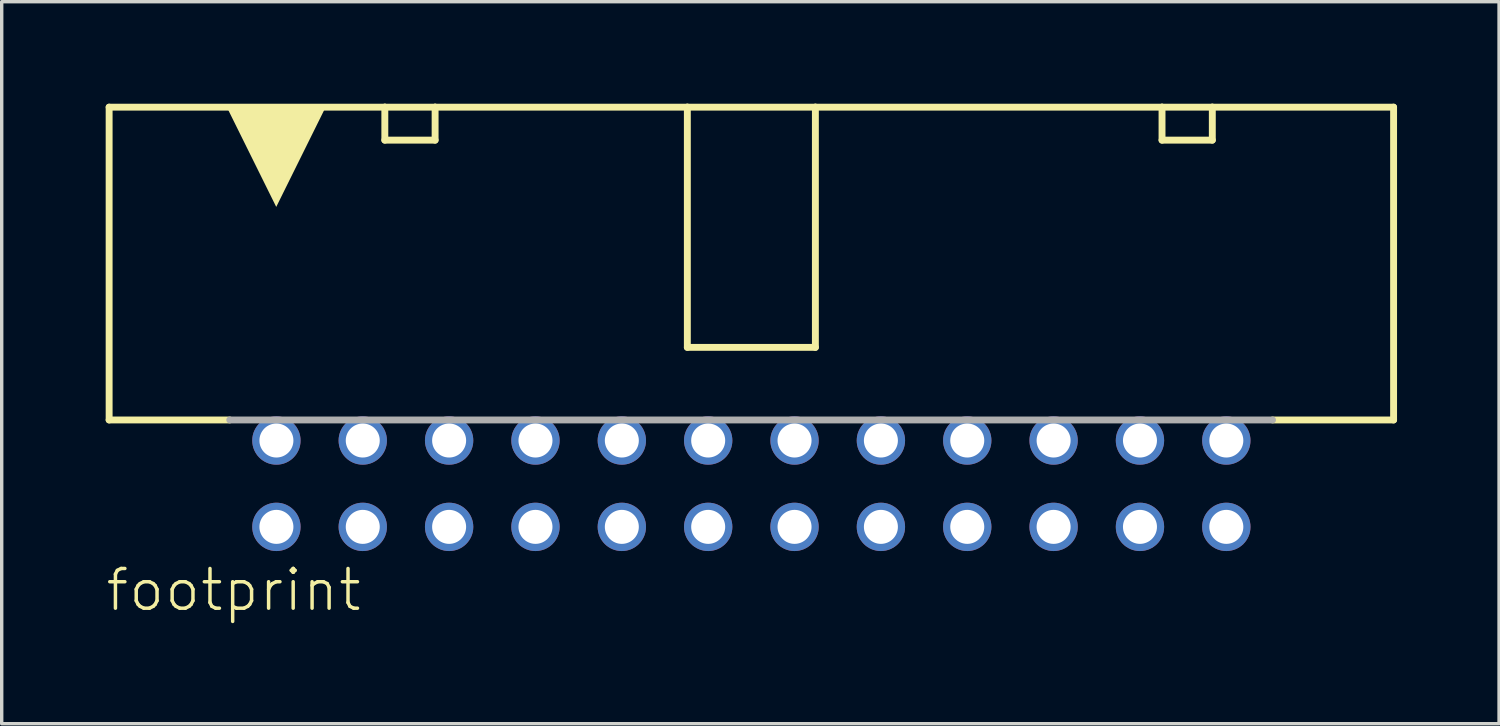
<source format=kicad_pcb>
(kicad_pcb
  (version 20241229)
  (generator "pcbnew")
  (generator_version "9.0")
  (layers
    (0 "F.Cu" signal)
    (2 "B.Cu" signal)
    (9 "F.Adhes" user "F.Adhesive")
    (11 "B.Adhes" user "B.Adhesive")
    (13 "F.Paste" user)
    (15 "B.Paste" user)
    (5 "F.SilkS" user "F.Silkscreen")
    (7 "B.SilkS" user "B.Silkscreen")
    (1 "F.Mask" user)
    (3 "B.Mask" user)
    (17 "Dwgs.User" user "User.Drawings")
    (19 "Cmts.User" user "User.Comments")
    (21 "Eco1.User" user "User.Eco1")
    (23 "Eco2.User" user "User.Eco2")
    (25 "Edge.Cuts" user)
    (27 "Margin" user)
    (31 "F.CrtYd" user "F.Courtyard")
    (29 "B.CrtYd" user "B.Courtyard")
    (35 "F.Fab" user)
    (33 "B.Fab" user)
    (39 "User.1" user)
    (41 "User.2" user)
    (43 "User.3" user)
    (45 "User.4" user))
  (footprint "footprint"
    (layer "F.Cu")
    (at 19.05 11.177)
    (property "Reference" "footprint" (at -19.05 3.81 0) (layer "F.SilkS") (effects (font (size 1.168 1.168) (thickness 0.102)) (justify left bottom)))
    (fp_line (start -18.89 -11.075) (end -18.89 -1.875) (stroke (width 0.203) (type solid)) (layer "F.SilkS"))
    (fp_line (start -15.346 -1.875) (end -18.89 -1.875) (stroke (width 0.203) (type solid)) (layer "F.SilkS"))
    (fp_line (start -10.781 -11.075) (end -18.89 -11.075) (stroke (width 0.203) (type solid)) (layer "F.SilkS"))
    (fp_line (start -10.781 -11.075) (end -9.302 -11.075) (stroke (width 0.203) (type solid)) (layer "F.SilkS"))
    (fp_line (start -10.781 -10.105) (end -10.781 -11.075) (stroke (width 0.203) (type solid)) (layer "F.SilkS"))
    (fp_line (start -9.302 -11.075) (end -9.302 -10.105) (stroke (width 0.203) (type solid)) (layer "F.SilkS"))
    (fp_line (start -9.302 -10.105) (end -10.781 -10.105) (stroke (width 0.203) (type solid)) (layer "F.SilkS"))
    (fp_line (start -1.883 -11.075) (end -9.302 -11.075) (stroke (width 0.203) (type solid)) (layer "F.SilkS"))
    (fp_line (start -1.883 -4.01) (end -1.883 -11.075) (stroke (width 0.203) (type solid)) (layer "F.SilkS"))
    (fp_line (start 1.883 -11.075) (end -1.883 -11.075) (stroke (width 0.203) (type solid)) (layer "F.SilkS"))
    (fp_line (start 1.883 -11.075) (end 1.883 -4.01) (stroke (width 0.203) (type solid)) (layer "F.SilkS"))
    (fp_line (start 1.883 -4.01) (end -1.883 -4.01) (stroke (width 0.203) (type solid)) (layer "F.SilkS"))
    (fp_line (start 12.079 -11.075) (end 1.883 -11.075) (stroke (width 0.203) (type solid)) (layer "F.SilkS"))
    (fp_line (start 12.079 -11.075) (end 13.558 -11.075) (stroke (width 0.203) (type solid)) (layer "F.SilkS"))
    (fp_line (start 12.079 -10.105) (end 12.079 -11.075) (stroke (width 0.203) (type solid)) (layer "F.SilkS"))
    (fp_line (start 13.558 -11.075) (end 13.558 -10.105) (stroke (width 0.203) (type solid)) (layer "F.SilkS"))
    (fp_line (start 13.558 -10.105) (end 12.079 -10.105) (stroke (width 0.203) (type solid)) (layer "F.SilkS"))
    (fp_line (start 18.89 -11.075) (end 13.558 -11.075) (stroke (width 0.203) (type solid)) (layer "F.SilkS"))
    (fp_line (start 18.89 -1.875) (end 15.333 -1.875) (stroke (width 0.203) (type solid)) (layer "F.SilkS"))
    (fp_line (start 18.89 -1.875) (end 18.89 -11.075) (stroke (width 0.203) (type solid)) (layer "F.SilkS"))
    (fp_poly (pts (xy -13.975 -8.141) (xy -15.414 -11.047) (xy -12.536 -11.047)) (stroke (width 0) (type solid)) (fill yes) (layer "F.SilkS"))
    (fp_line (start 15.329 -1.875) (end -15.342 -1.875) (stroke (width 0.203) (type solid)) (layer "F.Fab"))
    (pad "1" thru_hole circle (at -13.97 1.27) (size 1.422 1.422) (drill 1) (layers "*.Cu" "*.Mask"))
    (pad "2" thru_hole circle (at -13.97 -1.27) (size 1.422 1.422) (drill 1) (layers "*.Cu" "*.Mask"))
    (pad "3" thru_hole circle (at -11.43 1.27) (size 1.422 1.422) (drill 1) (layers "*.Cu" "*.Mask"))
    (pad "4" thru_hole circle (at -11.43 -1.27) (size 1.422 1.422) (drill 1) (layers "*.Cu" "*.Mask"))
    (pad "5" thru_hole circle (at -8.89 1.27) (size 1.422 1.422) (drill 1) (layers "*.Cu" "*.Mask"))
    (pad "6" thru_hole circle (at -8.89 -1.27) (size 1.422 1.422) (drill 1) (layers "*.Cu" "*.Mask"))
    (pad "7" thru_hole circle (at -6.35 1.27) (size 1.422 1.422) (drill 1) (layers "*.Cu" "*.Mask"))
    (pad "8" thru_hole circle (at -6.35 -1.27) (size 1.422 1.422) (drill 1) (layers "*.Cu" "*.Mask"))
    (pad "9" thru_hole circle (at -3.81 1.27) (size 1.422 1.422) (drill 1) (layers "*.Cu" "*.Mask"))
    (pad "10" thru_hole circle (at -3.81 -1.27) (size 1.422 1.422) (drill 1) (layers "*.Cu" "*.Mask"))
    (pad "11" thru_hole circle (at -1.27 1.27) (size 1.422 1.422) (drill 1) (layers "*.Cu" "*.Mask"))
    (pad "12" thru_hole circle (at -1.27 -1.27) (size 1.422 1.422) (drill 1) (layers "*.Cu" "*.Mask"))
    (pad "13" thru_hole circle (at 1.27 1.27) (size 1.422 1.422) (drill 1) (layers "*.Cu" "*.Mask"))
    (pad "14" thru_hole circle (at 1.27 -1.27) (size 1.422 1.422) (drill 1) (layers "*.Cu" "*.Mask"))
    (pad "15" thru_hole circle (at 3.81 1.27) (size 1.422 1.422) (drill 1) (layers "*.Cu" "*.Mask"))
    (pad "16" thru_hole circle (at 3.81 -1.27) (size 1.422 1.422) (drill 1) (layers "*.Cu" "*.Mask"))
    (pad "17" thru_hole circle (at 6.35 1.27) (size 1.422 1.422) (drill 1) (layers "*.Cu" "*.Mask"))
    (pad "18" thru_hole circle (at 6.35 -1.27) (size 1.422 1.422) (drill 1) (layers "*.Cu" "*.Mask"))
    (pad "19" thru_hole circle (at 8.89 1.27) (size 1.422 1.422) (drill 1) (layers "*.Cu" "*.Mask"))
    (pad "20" thru_hole circle (at 8.89 -1.27) (size 1.422 1.422) (drill 1) (layers "*.Cu" "*.Mask"))
    (pad "21" thru_hole circle (at 11.43 1.27) (size 1.422 1.422) (drill 1) (layers "*.Cu" "*.Mask"))
    (pad "22" thru_hole circle (at 11.43 -1.27) (size 1.422 1.422) (drill 1) (layers "*.Cu" "*.Mask"))
    (pad "23" thru_hole circle (at 13.97 1.27) (size 1.422 1.422) (drill 1) (layers "*.Cu" "*.Mask"))
    (pad "24" thru_hole circle (at 13.97 -1.27) (size 1.422 1.422) (drill 1) (layers "*.Cu" "*.Mask")))
  (gr_rect
    (start -3 -3)
    (end 41.042 18.237)
    (stroke (width 0.1) (type default))
    (fill no)
    (layer "Edge.Cuts")))
</source>
